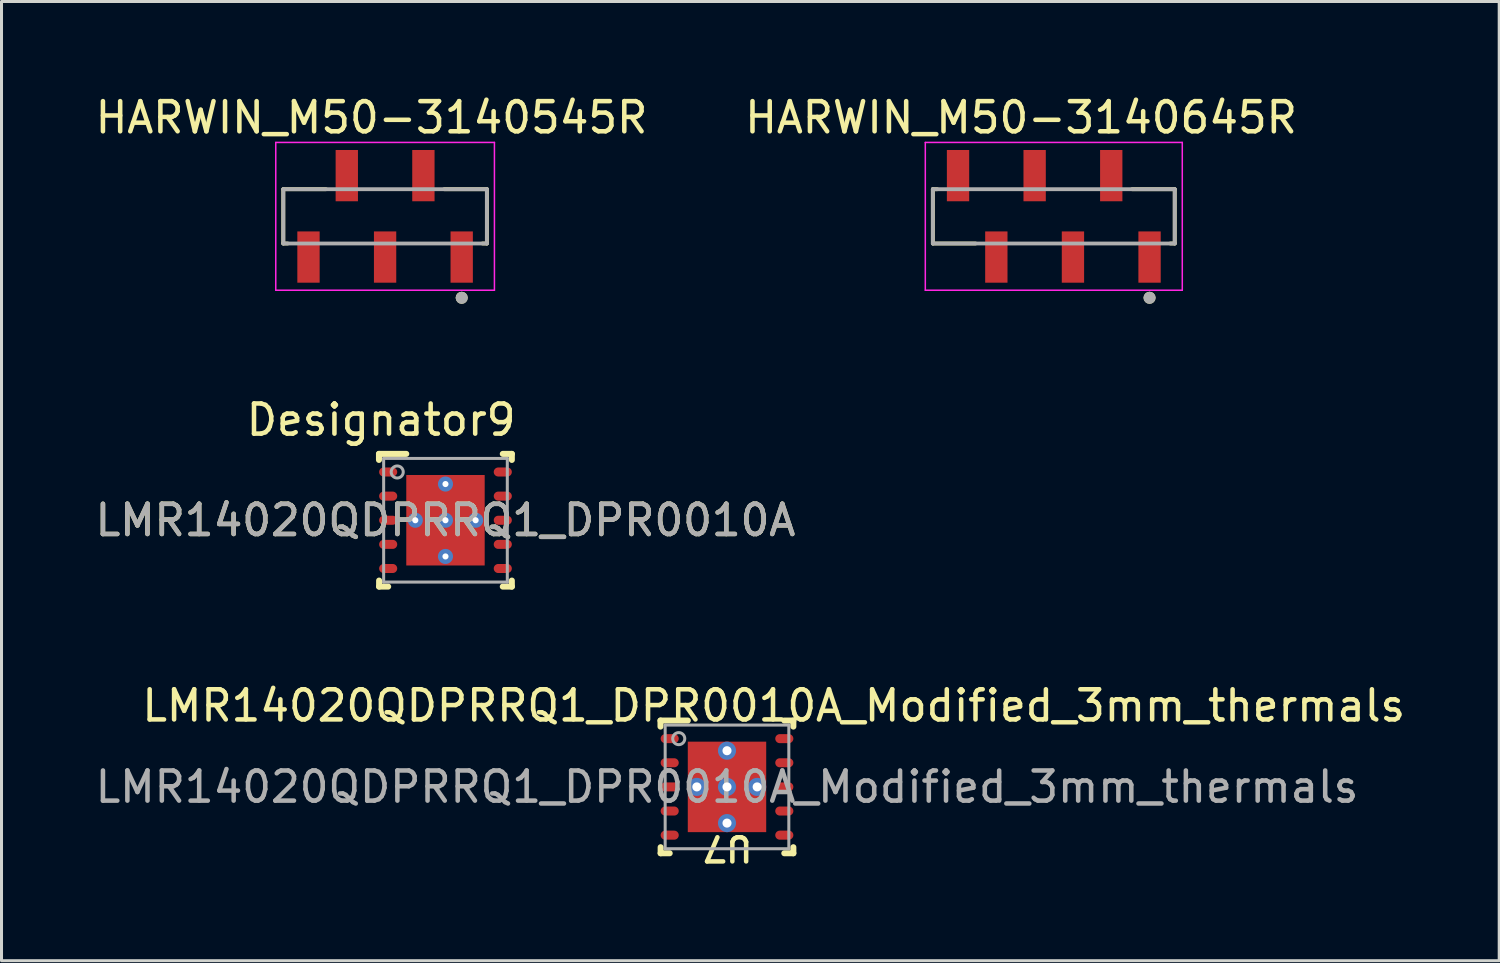
<source format=kicad_pcb>
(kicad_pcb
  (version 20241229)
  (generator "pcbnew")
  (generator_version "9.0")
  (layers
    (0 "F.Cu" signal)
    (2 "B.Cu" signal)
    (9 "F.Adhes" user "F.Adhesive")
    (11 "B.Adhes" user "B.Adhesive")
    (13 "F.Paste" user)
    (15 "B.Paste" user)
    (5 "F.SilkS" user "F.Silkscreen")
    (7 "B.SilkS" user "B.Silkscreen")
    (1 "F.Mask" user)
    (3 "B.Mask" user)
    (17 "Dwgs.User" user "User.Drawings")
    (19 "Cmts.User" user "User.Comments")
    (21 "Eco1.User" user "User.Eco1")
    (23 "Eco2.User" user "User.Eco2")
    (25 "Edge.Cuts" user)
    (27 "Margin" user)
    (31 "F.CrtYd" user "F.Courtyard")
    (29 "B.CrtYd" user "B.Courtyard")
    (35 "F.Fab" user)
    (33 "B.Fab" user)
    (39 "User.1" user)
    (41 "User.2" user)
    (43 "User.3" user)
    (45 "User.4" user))
  (footprint "LMR14020QDPRRQ1_DPR0010A"
    (layer "F.Cu")
    (at 11.72 14.199)
    (property "Reference" "LMR14020QDPRRQ1_DPR0010A" (at 0 0 0) (unlocked yes) (layer "F.SilkS") (effects (font (size 1 1) (thickness 0.15))))
    (attr smd)
    (fp_line (start -2.205 -2.2) (end -1.3 -2.2) (stroke (width 0.2) (type solid)) (layer "F.SilkS"))
    (fp_line (start -2.205 -2) (end -2.205 -2.2) (stroke (width 0.2) (type solid)) (layer "F.SilkS"))
    (fp_line (start -2.2 2.2) (end -2.2 2) (stroke (width 0.2) (type solid)) (layer "F.SilkS"))
    (fp_line (start -2.2 2.2) (end -1.9 2.2) (stroke (width 0.2) (type solid)) (layer "F.SilkS"))
    (fp_line (start 1.9 -2.2) (end 2.2 -2.2) (stroke (width 0.2) (type solid)) (layer "F.SilkS"))
    (fp_line (start 1.9 2.2) (end 2.2 2.2) (stroke (width 0.2) (type solid)) (layer "F.SilkS"))
    (fp_line (start 2.2 -2) (end 2.2 -2.2) (stroke (width 0.2) (type solid)) (layer "F.SilkS"))
    (fp_line (start 2.2 2.2) (end 2.2 2) (stroke (width 0.2) (type solid)) (layer "F.SilkS"))
    (fp_poly (pts (xy -0.1 -1.41) (xy -1.248 -1.41) (xy -1.248 -0.1) (xy -0.1 -0.1)) (stroke (width 0) (type solid)) (fill yes) (layer "F.Paste"))
    (fp_poly (pts (xy -0.1 0.1) (xy -1.248 0.1) (xy -1.248 1.41) (xy -0.1 1.41)) (stroke (width 0) (type solid)) (fill yes) (layer "F.Paste"))
    (fp_poly (pts (xy 0.1 -0.1) (xy 1.248 -0.1) (xy 1.248 -1.41) (xy 0.1 -1.41)) (stroke (width 0) (type solid)) (fill yes) (layer "F.Paste"))
    (fp_poly (pts (xy 0.1 1.41) (xy 1.248 1.41) (xy 1.248 0.1) (xy 0.1 0.1)) (stroke (width 0) (type solid)) (fill yes) (layer "F.Paste"))
    (fp_line (start -2.05 -2.05) (end 2.05 -2.05) (stroke (width 0.1) (type solid)) (layer "F.Fab"))
    (fp_line (start -2.05 2.05) (end -2.05 -2.05) (stroke (width 0.1) (type solid)) (layer "F.Fab"))
    (fp_line (start -2.05 2.05) (end 2.05 2.05) (stroke (width 0.1) (type solid)) (layer "F.Fab"))
    (fp_line (start 2.05 2.05) (end 2.05 -2.05) (stroke (width 0.1) (type solid)) (layer "F.Fab"))
    (fp_circle (center -1.6 -1.6) (end -1.4 -1.6) (stroke (width 0.1) (type solid)) (fill no) (layer "F.Fab"))
    (fp_text user "Designator9" (at -2.134 -3.327 0) (unlocked yes) (layer "F.SilkS") (effects (font (size 1 1) (thickness 0.15))))
    (fp_text user "${REFERENCE}" (at 0 0 0) (unlocked yes) (layer "F.Fab") (effects (font (size 1 1) (thickness 0.15))))
    (pad "1" smd oval (at -1.9 -1.6 90) (size 0.3 0.6) (layers "F.Cu" "F.Mask" "F.Paste"))
    (pad "2" smd oval (at -1.9 -0.8 90) (size 0.3 0.6) (layers "F.Cu" "F.Mask" "F.Paste"))
    (pad "3" smd oval (at -1.9 0 90) (size 0.3 0.6) (layers "F.Cu" "F.Mask" "F.Paste"))
    (pad "4" smd oval (at -1.9 0.8 90) (size 0.3 0.6) (layers "F.Cu" "F.Mask" "F.Paste"))
    (pad "5" smd oval (at -1.9 1.6 90) (size 0.3 0.6) (layers "F.Cu" "F.Mask" "F.Paste"))
    (pad "6" smd oval (at 1.9 1.6 90) (size 0.3 0.6) (layers "F.Cu" "F.Mask" "F.Paste"))
    (pad "7" smd oval (at 1.9 0.8 90) (size 0.3 0.6) (layers "F.Cu" "F.Mask" "F.Paste"))
    (pad "8" smd oval (at 1.9 0 90) (size 0.3 0.6) (layers "F.Cu" "F.Mask" "F.Paste"))
    (pad "9" smd oval (at 1.9 -0.8 90) (size 0.3 0.6) (layers "F.Cu" "F.Mask" "F.Paste"))
    (pad "10" smd oval (at 1.9 -1.6 90) (size 0.3 0.6) (layers "F.Cu" "F.Mask" "F.Paste"))
    (pad "11" smd rect (at 0 0 90) (size 3 2.6) (layers "F.Cu" "F.Mask"))
    (pad "V" thru_hole circle (at -1 0) (size 0.5 0.5) (drill 0.203) (layers "*.Cu" "*.Mask"))
    (pad "V" thru_hole circle (at 0 -1.2) (size 0.5 0.5) (drill 0.203) (layers "*.Cu" "*.Mask"))
    (pad "V" thru_hole circle (at 0 0) (size 0.5 0.5) (drill 0.203) (layers "*.Cu" "*.Mask"))
    (pad "V" thru_hole circle (at 0 1.2) (size 0.5 0.5) (drill 0.203) (layers "*.Cu" "*.Mask"))
    (pad "V" thru_hole circle (at 1 0) (size 0.5 0.5) (drill 0.203) (layers "*.Cu" "*.Mask")))
  (footprint "HARWIN_M50-3140645R"
    (layer "F.Cu")
    (at 31.889 4.123)
    (property "Reference" "HARWIN_M50-3140645R" (at -1.085 -3.275 0) (layer "F.SilkS") (effects (font (size 1 1) (thickness 0.15))))
    (attr smd)
    (fp_line (start -4.01 -0.9) (end -4.01 0.9) (stroke (width 0.127) (type solid)) (layer "F.SilkS"))
    (fp_line (start -4.01 0.9) (end -2.595 0.9) (stroke (width 0.127) (type solid)) (layer "F.SilkS"))
    (fp_line (start -3.865 -0.9) (end -4.01 -0.9) (stroke (width 0.127) (type solid)) (layer "F.SilkS"))
    (fp_line (start 3.865 0.9) (end 4.01 0.9) (stroke (width 0.127) (type solid)) (layer "F.SilkS"))
    (fp_line (start 4.01 -0.9) (end 2.595 -0.9) (stroke (width 0.127) (type solid)) (layer "F.SilkS"))
    (fp_line (start 4.01 0.9) (end 4.01 -0.9) (stroke (width 0.127) (type solid)) (layer "F.SilkS"))
    (fp_circle (center 3.175 2.7) (end 3.275 2.7) (stroke (width 0.2) (type solid)) (fill no) (layer "F.SilkS"))
    (fp_line (start -4.26 -2.45) (end -4.26 2.45) (stroke (width 0.05) (type solid)) (layer "F.CrtYd"))
    (fp_line (start -4.26 2.45) (end 4.26 2.45) (stroke (width 0.05) (type solid)) (layer "F.CrtYd"))
    (fp_line (start 4.26 -2.45) (end -4.26 -2.45) (stroke (width 0.05) (type solid)) (layer "F.CrtYd"))
    (fp_line (start 4.26 2.45) (end 4.26 -2.45) (stroke (width 0.05) (type solid)) (layer "F.CrtYd"))
    (fp_line (start -4.01 -0.9) (end -4.01 0.9) (stroke (width 0.127) (type solid)) (layer "F.Fab"))
    (fp_line (start -4.01 0.9) (end 4.01 0.9) (stroke (width 0.127) (type solid)) (layer "F.Fab"))
    (fp_line (start 4.01 -0.9) (end -4.01 -0.9) (stroke (width 0.127) (type solid)) (layer "F.Fab"))
    (fp_line (start 4.01 0.9) (end 4.01 -0.9) (stroke (width 0.127) (type solid)) (layer "F.Fab"))
    (fp_circle (center 3.175 2.7) (end 3.275 2.7) (stroke (width 0.2) (type solid)) (fill no) (layer "F.Fab"))
    (pad "1" smd rect (at 3.175 1.35) (size 0.74 1.7) (layers "F.Cu" "F.Mask" "F.Paste"))
    (pad "2" smd rect (at 1.905 -1.35) (size 0.74 1.7) (layers "F.Cu" "F.Mask" "F.Paste"))
    (pad "3" smd rect (at 0.635 1.35) (size 0.74 1.7) (layers "F.Cu" "F.Mask" "F.Paste"))
    (pad "4" smd rect (at -0.635 -1.35) (size 0.74 1.7) (layers "F.Cu" "F.Mask" "F.Paste"))
    (pad "5" smd rect (at -1.905 1.35) (size 0.74 1.7) (layers "F.Cu" "F.Mask" "F.Paste"))
    (pad "6" smd rect (at -3.175 -1.35) (size 0.74 1.7) (layers "F.Cu" "F.Mask" "F.Paste")))
  (footprint "HARWIN_M50-3140545R"
    (layer "F.Cu")
    (at 9.718 4.123)
    (property "Reference" "HARWIN_M50-3140545R" (at -0.45 -3.275 0) (layer "F.SilkS") (effects (font (size 1 1) (thickness 0.15))))
    (attr smd)
    (fp_line (start -3.375 -0.9) (end -3.375 0.9) (stroke (width 0.127) (type solid)) (layer "F.SilkS"))
    (fp_line (start -3.375 0.9) (end -3.23 0.9) (stroke (width 0.127) (type solid)) (layer "F.SilkS"))
    (fp_line (start -1.96 -0.9) (end -3.375 -0.9) (stroke (width 0.127) (type solid)) (layer "F.SilkS"))
    (fp_line (start 3.23 0.9) (end 3.375 0.9) (stroke (width 0.127) (type solid)) (layer "F.SilkS"))
    (fp_line (start 3.375 -0.9) (end 1.96 -0.9) (stroke (width 0.127) (type solid)) (layer "F.SilkS"))
    (fp_line (start 3.375 0.9) (end 3.375 -0.9) (stroke (width 0.127) (type solid)) (layer "F.SilkS"))
    (fp_circle (center 2.54 2.7) (end 2.64 2.7) (stroke (width 0.2) (type solid)) (fill no) (layer "F.SilkS"))
    (fp_line (start -3.625 -2.45) (end -3.625 2.45) (stroke (width 0.05) (type solid)) (layer "F.CrtYd"))
    (fp_line (start -3.625 2.45) (end 3.625 2.45) (stroke (width 0.05) (type solid)) (layer "F.CrtYd"))
    (fp_line (start 3.625 -2.45) (end -3.625 -2.45) (stroke (width 0.05) (type solid)) (layer "F.CrtYd"))
    (fp_line (start 3.625 2.45) (end 3.625 -2.45) (stroke (width 0.05) (type solid)) (layer "F.CrtYd"))
    (fp_line (start -3.375 -0.9) (end -3.375 0.9) (stroke (width 0.127) (type solid)) (layer "F.Fab"))
    (fp_line (start -3.375 0.9) (end 3.375 0.9) (stroke (width 0.127) (type solid)) (layer "F.Fab"))
    (fp_line (start 3.375 -0.9) (end -3.375 -0.9) (stroke (width 0.127) (type solid)) (layer "F.Fab"))
    (fp_line (start 3.375 0.9) (end 3.375 -0.9) (stroke (width 0.127) (type solid)) (layer "F.Fab"))
    (fp_circle (center 2.54 2.7) (end 2.64 2.7) (stroke (width 0.2) (type solid)) (fill no) (layer "F.Fab"))
    (pad "1" smd rect (at 2.54 1.35) (size 0.74 1.7) (layers "F.Cu" "F.Mask" "F.Paste"))
    (pad "2" smd rect (at 1.27 -1.35) (size 0.74 1.7) (layers "F.Cu" "F.Mask" "F.Paste"))
    (pad "3" smd rect (at 0 1.35) (size 0.74 1.7) (layers "F.Cu" "F.Mask" "F.Paste"))
    (pad "4" smd rect (at -1.27 -1.35) (size 0.74 1.7) (layers "F.Cu" "F.Mask" "F.Paste"))
    (pad "5" smd rect (at -2.54 1.35) (size 0.74 1.7) (layers "F.Cu" "F.Mask" "F.Paste")))
  (footprint "LMR14020QDPRRQ1_DPR0010A_Modified_3mm_thermals"
    (layer "F.Cu")
    (at 21.054 23.04)
    (property "Reference" "LMR14020QDPRRQ1_DPR0010A_Modified_3mm_thermals" (at 1.549 -2.692 0) (unlocked yes) (layer "F.SilkS") (effects (font (size 1 1) (thickness 0.15))))
    (attr smd)
    (fp_line (start -2.205 -2.2) (end -1.3 -2.2) (stroke (width 0.2) (type solid)) (layer "F.SilkS"))
    (fp_line (start -2.205 -2) (end -2.205 -2.2) (stroke (width 0.2) (type solid)) (layer "F.SilkS"))
    (fp_line (start -2.2 2.2) (end -2.2 2) (stroke (width 0.2) (type solid)) (layer "F.SilkS"))
    (fp_line (start -2.2 2.2) (end -1.9 2.2) (stroke (width 0.2) (type solid)) (layer "F.SilkS"))
    (fp_line (start 1.9 -2.2) (end 2.2 -2.2) (stroke (width 0.2) (type solid)) (layer "F.SilkS"))
    (fp_line (start 1.9 2.2) (end 2.2 2.2) (stroke (width 0.2) (type solid)) (layer "F.SilkS"))
    (fp_line (start 2.2 -2) (end 2.2 -2.2) (stroke (width 0.2) (type solid)) (layer "F.SilkS"))
    (fp_line (start 2.2 2.2) (end 2.2 2) (stroke (width 0.2) (type solid)) (layer "F.SilkS"))
    (fp_poly (pts (xy -0.1 -1.41) (xy -1.248 -1.41) (xy -1.248 -0.1) (xy -0.1 -0.1)) (stroke (width 0) (type solid)) (fill yes) (layer "F.Paste"))
    (fp_poly (pts (xy -0.1 0.1) (xy -1.248 0.1) (xy -1.248 1.41) (xy -0.1 1.41)) (stroke (width 0) (type solid)) (fill yes) (layer "F.Paste"))
    (fp_poly (pts (xy 0.1 -0.1) (xy 1.248 -0.1) (xy 1.248 -1.41) (xy 0.1 -1.41)) (stroke (width 0) (type solid)) (fill yes) (layer "F.Paste"))
    (fp_poly (pts (xy 0.1 1.41) (xy 1.248 1.41) (xy 1.248 0.1) (xy 0.1 0.1)) (stroke (width 0) (type solid)) (fill yes) (layer "F.Paste"))
    (fp_line (start -2.05 -2.05) (end 2.05 -2.05) (stroke (width 0.1) (type solid)) (layer "F.Fab"))
    (fp_line (start -2.05 2.05) (end -2.05 -2.05) (stroke (width 0.1) (type solid)) (layer "F.Fab"))
    (fp_line (start -2.05 2.05) (end 2.05 2.05) (stroke (width 0.1) (type solid)) (layer "F.Fab"))
    (fp_line (start 2.05 2.05) (end 2.05 -2.05) (stroke (width 0.1) (type solid)) (layer "F.Fab"))
    (fp_circle (center -1.6 -1.6) (end -1.4 -1.6) (stroke (width 0.1) (type solid)) (fill no) (layer "F.Fab"))
    (fp_text user "U7" (at 0.025 2.032 180) (unlocked yes) (layer "F.SilkS") (effects (font (size 0.8 0.8) (thickness 0.15))))
    (fp_text user "${REFERENCE}" (at 0 0 0) (unlocked yes) (layer "F.Fab") (effects (font (size 1 1) (thickness 0.15))))
    (pad "1" smd oval (at -1.9 -1.6 90) (size 0.3 0.6) (layers "F.Cu" "F.Mask" "F.Paste"))
    (pad "2" smd oval (at -1.9 -0.8 90) (size 0.3 0.6) (layers "F.Cu" "F.Mask" "F.Paste"))
    (pad "3" smd oval (at -1.9 0 90) (size 0.3 0.6) (layers "F.Cu" "F.Mask" "F.Paste"))
    (pad "4" smd oval (at -1.9 0.8 90) (size 0.3 0.6) (layers "F.Cu" "F.Mask" "F.Paste"))
    (pad "5" smd oval (at -1.9 1.6 90) (size 0.3 0.6) (layers "F.Cu" "F.Mask" "F.Paste"))
    (pad "6" smd oval (at 1.9 1.6 90) (size 0.3 0.6) (layers "F.Cu" "F.Mask" "F.Paste"))
    (pad "7" smd oval (at 1.9 0.8 90) (size 0.3 0.6) (layers "F.Cu" "F.Mask" "F.Paste"))
    (pad "8" smd oval (at 1.9 0 90) (size 0.3 0.6) (layers "F.Cu" "F.Mask" "F.Paste"))
    (pad "9" smd oval (at 1.9 -0.8 90) (size 0.3 0.6) (layers "F.Cu" "F.Mask" "F.Paste"))
    (pad "10" smd oval (at 1.9 -1.6 90) (size 0.3 0.6) (layers "F.Cu" "F.Mask" "F.Paste"))
    (pad "11" thru_hole circle (at -1 0) (size 0.6 0.6) (drill 0.3) (layers "*.Cu" "*.Mask"))
    (pad "11" thru_hole circle (at 0 -1.2) (size 0.6 0.6) (drill 0.3) (layers "*.Cu" "*.Mask"))
    (pad "11" thru_hole circle (at 0 0) (size 0.6 0.6) (drill 0.3) (layers "*.Cu" "*.Mask"))
    (pad "11" smd rect (at 0 0 90) (size 3 2.6) (layers "F.Cu" "F.Mask"))
    (pad "11" thru_hole circle (at 0 1.2) (size 0.6 0.6) (drill 0.3) (layers "*.Cu" "*.Mask"))
    (pad "11" thru_hole circle (at 1 0) (size 0.6 0.6) (drill 0.3) (layers "*.Cu" "*.Mask")))
  (gr_rect
    (start -3 -3)
    (end 46.657 28.803)
    (stroke (width 0.1) (type default))
    (fill no)
    (layer "Edge.Cuts")))
</source>
